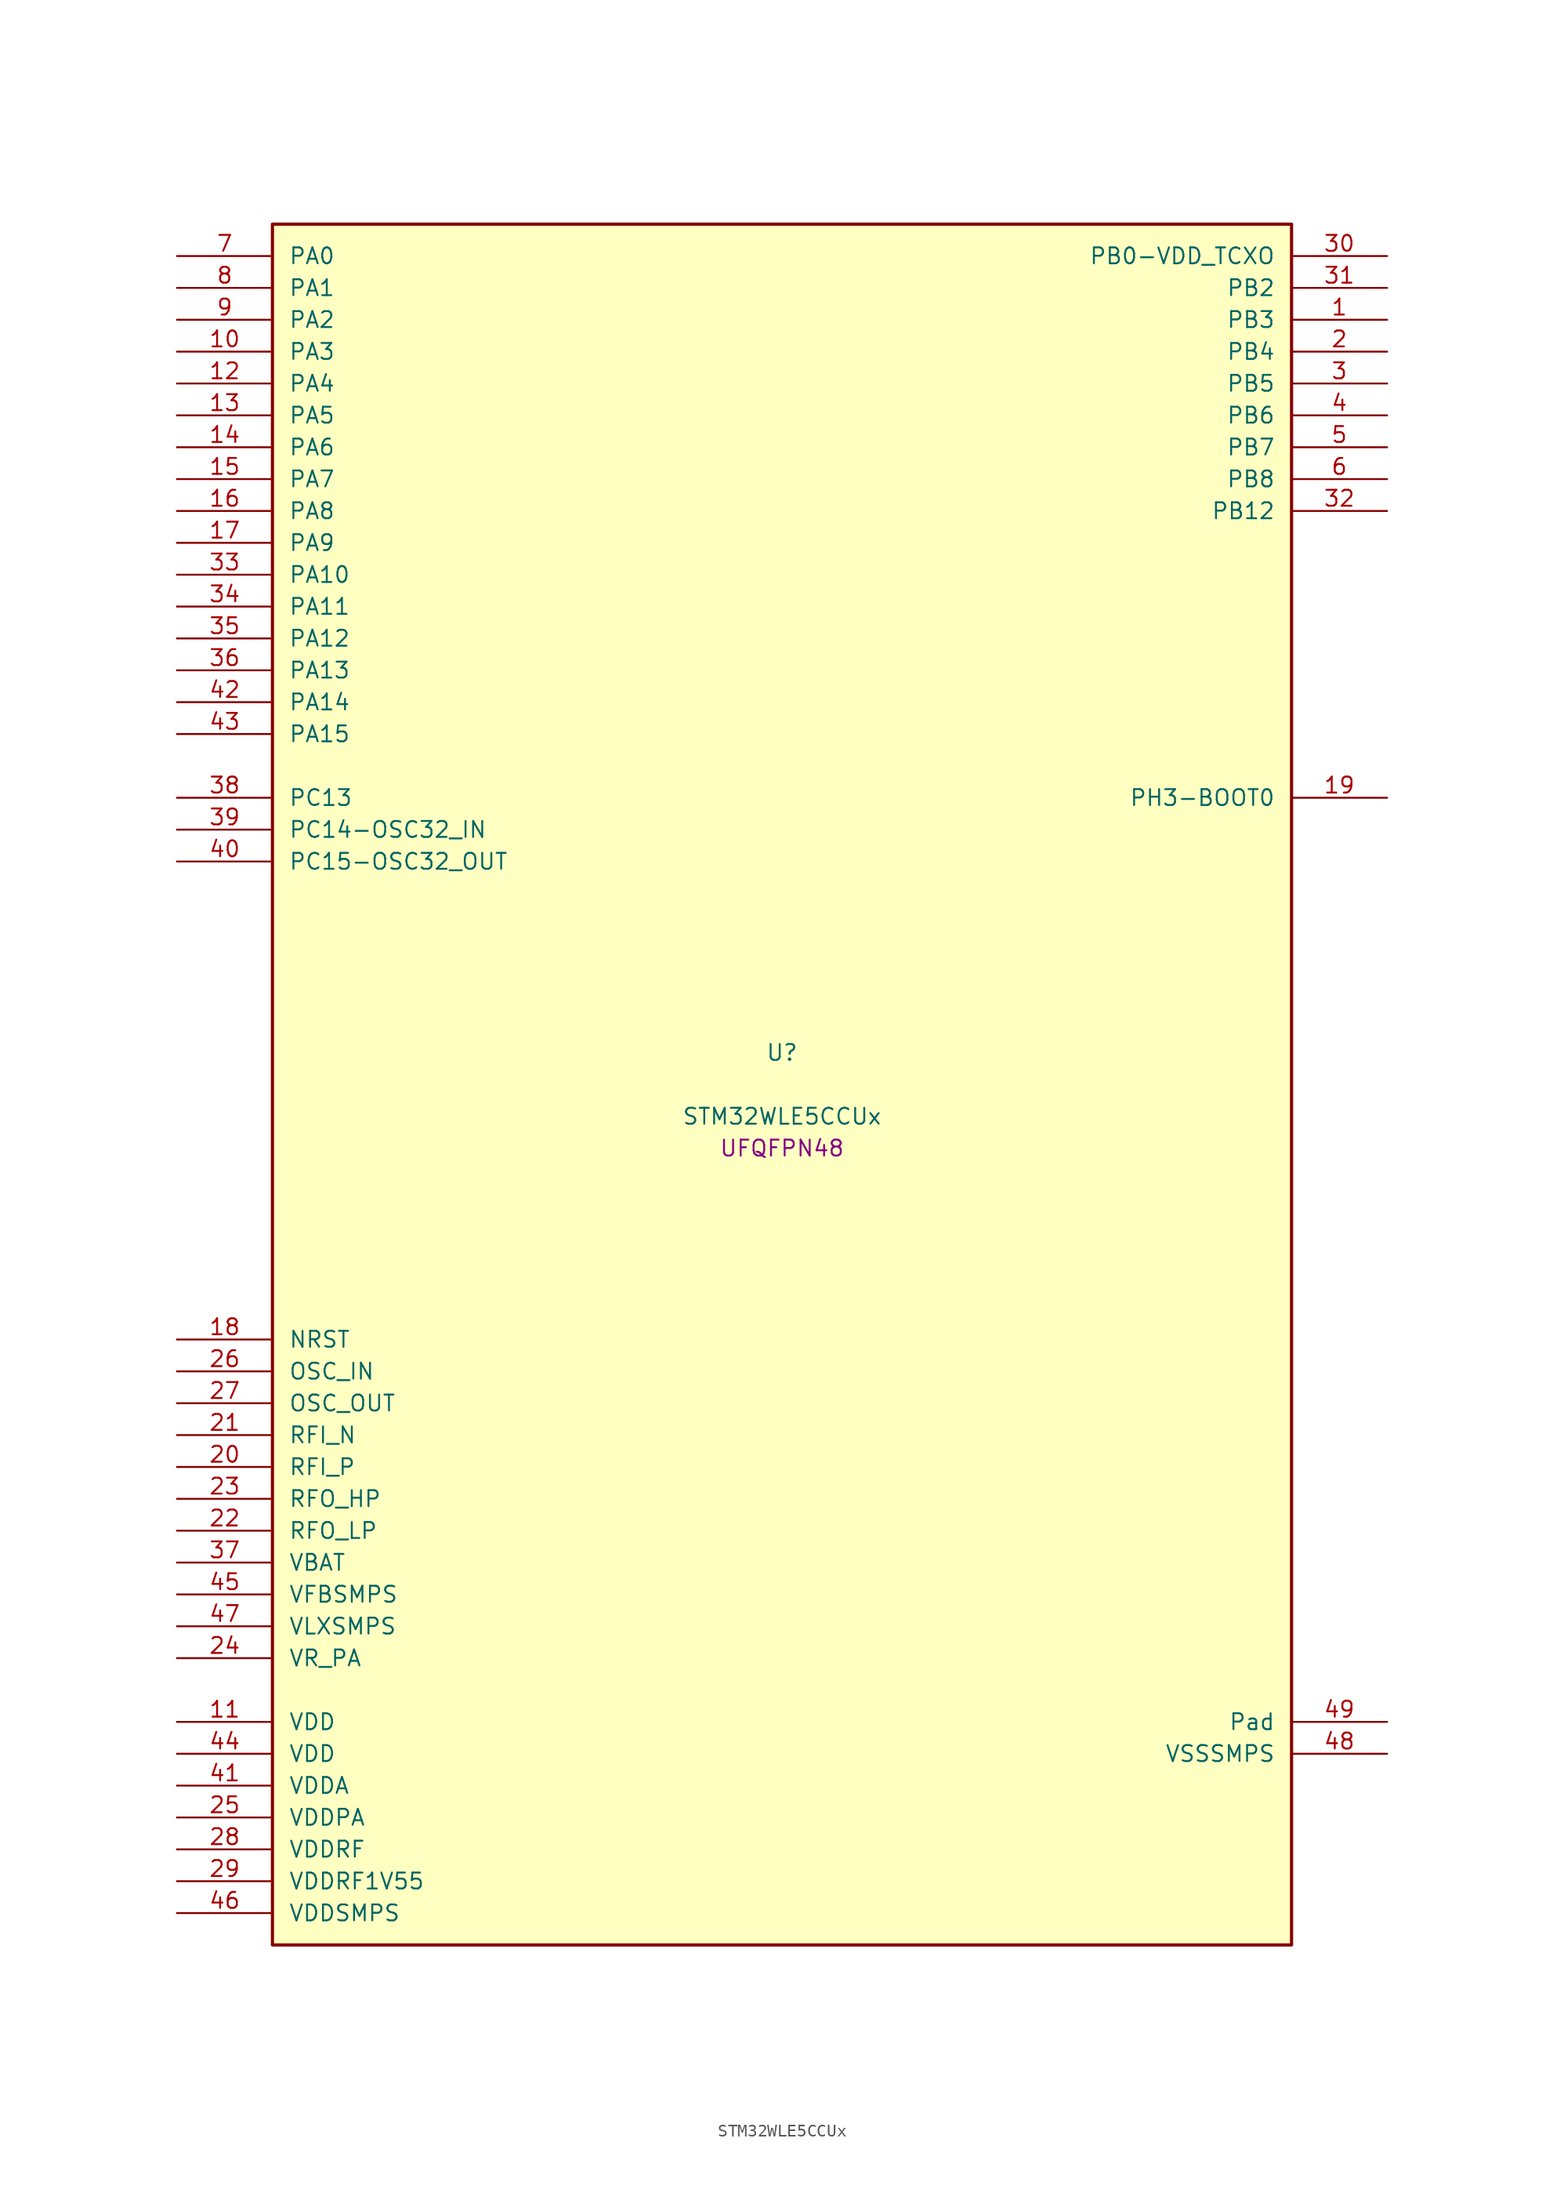
<source format=kicad_sym>
(kicad_symbol_lib
  (version 20241209)
  (generator "stm32_pkl_generator")
  (generator_version "1.0")
  (symbol "STM32WLE5CCUx"
    (pin_names
      (offset 1.27))
    (property "Reference" "U"
      (at 0 2.54 0))
    (property "Value" "STM32WLE5CCUx"
      (at 0 -2.54 0))
    (property "Footprint" "UFQFPN48"
      (at 0 -5.08 0))
    (symbol "STM32WLE5CCUx_1_1"
      (rectangle (start -40.64 68.58) (end 40.64 -68.58) (stroke (width 0.254) (type solid)) (fill (type background)))
      (pin bidirectional line (at -48.26 66.04 0) (length 7.62) (name "PA0") (number "7") (alternate "PA0/COMP1_OUT" bidirectional line) (alternate "PA0/DEBUG_PWR-REGLP1S" bidirectional line) (alternate "PA0/I2C3_SMBA" bidirectional line) (alternate "PA0/I2S_CKIN" bidirectional line) (alternate "PA0/PWR_WKUP1" bidirectional line) (alternate "PA0/RTC_TAMP_IN2" bidirectional line) (alternate "PA0/TIM2_CH1" bidirectional line) (alternate "PA0/TIM2_ETR" bidirectional line) (alternate "PA0/USART2_CTS" bidirectional line) (alternate "PA0/USART2_NSS" bidirectional line))
      (pin bidirectional line (at -48.26 63.5 0) (length 7.62) (name "PA1") (number "8") (alternate "PA1/DEBUG_PWR-REGLP2S" bidirectional line) (alternate "PA1/I2C1_SMBA" bidirectional line) (alternate "PA1/LPTIM3_OUT" bidirectional line) (alternate "PA1/LPUART1_RTS" bidirectional line) (alternate "PA1/SPI1_SCK" bidirectional line) (alternate "PA1/TIM2_CH2" bidirectional line) (alternate "PA1/USART2_DE" bidirectional line) (alternate "PA1/USART2_RTS" bidirectional line))
      (pin bidirectional line (at -48.26 60.96 0) (length 7.62) (name "PA2") (number "9") (alternate "PA2/COMP2_OUT" bidirectional line) (alternate "PA2/DEBUG_PWR-LDORDY" bidirectional line) (alternate "PA2/LPUART1_TX" bidirectional line) (alternate "PA2/RCC_LSCO" bidirectional line) (alternate "PA2/TIM2_CH3" bidirectional line) (alternate "PA2/USART2_TX" bidirectional line))
      (pin bidirectional line (at -48.26 58.42 0) (length 7.62) (name "PA3") (number "10") (alternate "PA3/I2S2_MCK" bidirectional line) (alternate "PA3/LPUART1_RX" bidirectional line) (alternate "PA3/TIM2_CH4" bidirectional line) (alternate "PA3/USART2_RX" bidirectional line))
      (pin bidirectional line (at -48.26 55.88 0) (length 7.62) (name "PA4") (number "12") (alternate "PA4/DEBUG_SUBGHZSPI-NSSOUT" bidirectional line) (alternate "PA4/LPTIM1_OUT" bidirectional line) (alternate "PA4/LPTIM2_OUT" bidirectional line) (alternate "PA4/RTC_OUT2" bidirectional line) (alternate "PA4/SPI1_NSS" bidirectional line) (alternate "PA4/USART2_CK" bidirectional line))
      (pin bidirectional line (at -48.26 53.34 0) (length 7.62) (name "PA5") (number "13") (alternate "PA5/DEBUG_SUBGHZSPI-SCKOUT" bidirectional line) (alternate "PA5/LPTIM2_ETR" bidirectional line) (alternate "PA5/SPI1_SCK" bidirectional line) (alternate "PA5/SPI2_MISO" bidirectional line) (alternate "PA5/TIM2_CH1" bidirectional line) (alternate "PA5/TIM2_ETR" bidirectional line))
      (pin bidirectional line (at -48.26 50.8 0) (length 7.62) (name "PA6") (number "14") (alternate "PA6/DEBUG_SUBGHZSPI-MISOOUT" bidirectional line) (alternate "PA6/I2C2_SMBA" bidirectional line) (alternate "PA6/LPUART1_CTS" bidirectional line) (alternate "PA6/SPI1_MISO" bidirectional line) (alternate "PA6/TIM16_CH1" bidirectional line) (alternate "PA6/TIM1_BKIN" bidirectional line))
      (pin bidirectional line (at -48.26 48.26 0) (length 7.62) (name "PA7") (number "15") (alternate "PA7/COMP2_OUT" bidirectional line) (alternate "PA7/DEBUG_SUBGHZSPI-MOSIOUT" bidirectional line) (alternate "PA7/I2C3_SCL" bidirectional line) (alternate "PA7/SPI1_MOSI" bidirectional line) (alternate "PA7/TIM17_CH1" bidirectional line) (alternate "PA7/TIM1_CH1N" bidirectional line))
      (pin bidirectional line (at -48.26 45.72 0) (length 7.62) (name "PA8") (number "16") (alternate "PA8/I2S2_CK" bidirectional line) (alternate "PA8/LPTIM2_OUT" bidirectional line) (alternate "PA8/RCC_MCO" bidirectional line) (alternate "PA8/SPI2_SCK" bidirectional line) (alternate "PA8/TIM1_CH1" bidirectional line) (alternate "PA8/USART1_CK" bidirectional line))
      (pin bidirectional line (at -48.26 43.18 0) (length 7.62) (name "PA9") (number "17") (alternate "PA9/DAC_EXTI9" bidirectional line) (alternate "PA9/I2C1_SCL" bidirectional line) (alternate "PA9/I2S2_CK" bidirectional line) (alternate "PA9/I2S2_WS" bidirectional line) (alternate "PA9/SPI2_NSS" bidirectional line) (alternate "PA9/SPI2_SCK" bidirectional line) (alternate "PA9/TIM1_CH2" bidirectional line) (alternate "PA9/USART1_TX" bidirectional line))
      (pin bidirectional line (at -48.26 40.64 0) (length 7.62) (name "PA10") (number "33") (alternate "PA10/ADC_IN6" bidirectional line) (alternate "PA10/COMP1_INM" bidirectional line) (alternate "PA10/COMP2_INM" bidirectional line) (alternate "PA10/DAC_OUT1" bidirectional line) (alternate "PA10/DEBUG_RF-HSE32RDY" bidirectional line) (alternate "PA10/I2C1_SDA" bidirectional line) (alternate "PA10/I2S2_SD" bidirectional line) (alternate "PA10/RTC_REFIN" bidirectional line) (alternate "PA10/SPI2_MOSI" bidirectional line) (alternate "PA10/TIM17_BKIN" bidirectional line) (alternate "PA10/TIM1_CH3" bidirectional line) (alternate "PA10/USART1_RX" bidirectional line))
      (pin bidirectional line (at -48.26 38.1 0) (length 7.62) (name "PA11") (number "34") (alternate "PA11/ADC_EXTI11" bidirectional line) (alternate "PA11/ADC_IN7" bidirectional line) (alternate "PA11/COMP1_INM" bidirectional line) (alternate "PA11/COMP2_INM" bidirectional line) (alternate "PA11/DEBUG_RF-NRESET" bidirectional line) (alternate "PA11/I2C2_SDA" bidirectional line) (alternate "PA11/LPTIM3_ETR" bidirectional line) (alternate "PA11/SPI1_MISO" bidirectional line) (alternate "PA11/TIM1_BKIN2" bidirectional line) (alternate "PA11/TIM1_CH4" bidirectional line) (alternate "PA11/USART1_CTS" bidirectional line) (alternate "PA11/USART1_NSS" bidirectional line))
      (pin bidirectional line (at -48.26 35.56 0) (length 7.62) (name "PA12") (number "35") (alternate "PA12/ADC_IN8" bidirectional line) (alternate "PA12/DEBUG_RF-BUSY" bidirectional line) (alternate "PA12/I2C2_SCL" bidirectional line) (alternate "PA12/LPTIM3_IN1" bidirectional line) (alternate "PA12/SPI1_MOSI" bidirectional line) (alternate "PA12/TIM1_ETR" bidirectional line) (alternate "PA12/USART1_DE" bidirectional line) (alternate "PA12/USART1_RTS" bidirectional line))
      (pin bidirectional line (at -48.26 33.02 0) (length 7.62) (name "PA13") (number "36") (alternate "PA13/ADC_IN9" bidirectional line) (alternate "PA13/DEBUG_JTMS-SWDIO" bidirectional line) (alternate "PA13/I2C2_SMBA" bidirectional line) (alternate "PA13/IR_OUT" bidirectional line))
      (pin bidirectional line (at -48.26 30.48 0) (length 7.62) (name "PA14") (number "42") (alternate "PA14/ADC_IN10" bidirectional line) (alternate "PA14/DEBUG_JTCK-SWCLK" bidirectional line) (alternate "PA14/I2C1_SMBA" bidirectional line) (alternate "PA14/LPTIM1_OUT" bidirectional line))
      (pin bidirectional line (at -48.26 27.94 0) (length 7.62) (name "PA15") (number "43") (alternate "PA15/ADC_IN11" bidirectional line) (alternate "PA15/COMP1_INM" bidirectional line) (alternate "PA15/COMP2_INP" bidirectional line) (alternate "PA15/DEBUG_JTDI" bidirectional line) (alternate "PA15/I2C2_SDA" bidirectional line) (alternate "PA15/SPI1_NSS" bidirectional line) (alternate "PA15/TIM2_CH1" bidirectional line) (alternate "PA15/TIM2_ETR" bidirectional line))
      (pin bidirectional line (at 48.26 66.04 180) (length 7.62) (name "PB0-VDD_TCXO") (number "30") (alternate "PB0-VDD_TCXO/COMP1_OUT" bidirectional line) (alternate "PB0-VDD_TCXO/VDDTCXO" bidirectional line))
      (pin bidirectional line (at 48.26 63.5 180) (length 7.62) (name "PB2") (number "31") (alternate "PB2/ADC_IN4" bidirectional line) (alternate "PB2/COMP1_INP" bidirectional line) (alternate "PB2/COMP2_INM" bidirectional line) (alternate "PB2/DEBUG_RF-SMPSRDY" bidirectional line) (alternate "PB2/I2C3_SMBA" bidirectional line) (alternate "PB2/LPTIM1_OUT" bidirectional line) (alternate "PB2/SPI1_NSS" bidirectional line))
      (pin bidirectional line (at 48.26 60.96 180) (length 7.62) (name "PB3") (number "1") (alternate "PB3/ADC_IN2" bidirectional line) (alternate "PB3/COMP1_INM" bidirectional line) (alternate "PB3/COMP2_INM" bidirectional line) (alternate "PB3/DEBUG_JTDO-SWO" bidirectional line) (alternate "PB3/DEBUG_RF-DTB1" bidirectional line) (alternate "PB3/PWR_WKUP3" bidirectional line) (alternate "PB3/RTC_TAMP_IN3" bidirectional line) (alternate "PB3/SPI1_SCK" bidirectional line) (alternate "PB3/TIM2_CH2" bidirectional line) (alternate "PB3/USART1_DE" bidirectional line) (alternate "PB3/USART1_RTS" bidirectional line))
      (pin bidirectional line (at 48.26 58.42 180) (length 7.62) (name "PB4") (number "2") (alternate "PB4/ADC_IN3" bidirectional line) (alternate "PB4/COMP1_INP" bidirectional line) (alternate "PB4/COMP2_INP" bidirectional line) (alternate "PB4/DEBUG_JTRST" bidirectional line) (alternate "PB4/DEBUG_RF-LDORDY" bidirectional line) (alternate "PB4/I2C3_SDA" bidirectional line) (alternate "PB4/SPI1_MISO" bidirectional line) (alternate "PB4/TIM17_BKIN" bidirectional line) (alternate "PB4/USART1_CTS" bidirectional line) (alternate "PB4/USART1_NSS" bidirectional line))
      (pin bidirectional line (at 48.26 55.88 180) (length 7.62) (name "PB5") (number "3") (alternate "PB5/COMP2_OUT" bidirectional line) (alternate "PB5/I2C1_SMBA" bidirectional line) (alternate "PB5/LPTIM1_IN1" bidirectional line) (alternate "PB5/SPI1_MOSI" bidirectional line) (alternate "PB5/TIM16_BKIN" bidirectional line) (alternate "PB5/USART1_CK" bidirectional line))
      (pin bidirectional line (at 48.26 53.34 180) (length 7.62) (name "PB6") (number "4") (alternate "PB6/I2C1_SCL" bidirectional line) (alternate "PB6/LPTIM1_ETR" bidirectional line) (alternate "PB6/TIM16_CH1N" bidirectional line) (alternate "PB6/USART1_TX" bidirectional line))
      (pin bidirectional line (at 48.26 50.8 180) (length 7.62) (name "PB7") (number "5") (alternate "PB7/I2C1_SDA" bidirectional line) (alternate "PB7/LPTIM1_IN2" bidirectional line) (alternate "PB7/PWR_PVD_IN" bidirectional line) (alternate "PB7/TIM17_CH1N" bidirectional line) (alternate "PB7/TIM1_BKIN" bidirectional line) (alternate "PB7/USART1_RX" bidirectional line))
      (pin bidirectional line (at 48.26 48.26 180) (length 7.62) (name "PB8") (number "6") (alternate "PB8/I2C1_SCL" bidirectional line) (alternate "PB8/TIM16_CH1" bidirectional line) (alternate "PB8/TIM1_CH2N" bidirectional line))
      (pin bidirectional line (at 48.26 45.72 180) (length 7.62) (name "PB12") (number "32") (alternate "PB12/I2C3_SMBA" bidirectional line) (alternate "PB12/I2S2_WS" bidirectional line) (alternate "PB12/LPUART1_RTS" bidirectional line) (alternate "PB12/SPI2_NSS" bidirectional line) (alternate "PB12/TIM1_BKIN" bidirectional line))
      (pin bidirectional line (at -48.26 22.86 0) (length 7.62) (name "PC13") (number "38") (alternate "PC13/PWR_WKUP2" bidirectional line) (alternate "PC13/RTC_OUT1" bidirectional line) (alternate "PC13/RTC_TAMP_IN1" bidirectional line) (alternate "PC13/RTC_TS" bidirectional line))
      (pin bidirectional line (at -48.26 20.32 0) (length 7.62) (name "PC14-OSC32_IN") (number "39") (alternate "PC14-OSC32_IN/RCC_OSC32_IN" bidirectional line))
      (pin bidirectional line (at -48.26 17.78 0) (length 7.62) (name "PC15-OSC32_OUT") (number "40") (alternate "PC15-OSC32_OUT/RCC_OSC32_OUT" bidirectional line))
      (pin bidirectional line (at 48.26 22.86 180) (length 7.62) (name "PH3-BOOT0") (number "19"))
      (pin input line (at -48.26 -20.32 0) (length 7.62) (name "NRST") (number "18"))
      (pin bidirectional line (at -48.26 -22.86 0) (length 7.62) (name "OSC_IN") (number "26") (alternate "OSC_IN/RCC_OSC_IN" bidirectional line))
      (pin bidirectional line (at -48.26 -25.4 0) (length 7.62) (name "OSC_OUT") (number "27") (alternate "OSC_OUT/RCC_OSC_OUT" bidirectional line))
      (pin bidirectional line (at -48.26 -27.94 0) (length 7.62) (name "RFI_N") (number "21"))
      (pin bidirectional line (at -48.26 -30.48 0) (length 7.62) (name "RFI_P") (number "20"))
      (pin bidirectional line (at -48.26 -33.02 0) (length 7.62) (name "RFO_HP") (number "23"))
      (pin bidirectional line (at -48.26 -35.56 0) (length 7.62) (name "RFO_LP") (number "22"))
      (pin power_in line (at -48.26 -38.1 0) (length 7.62) (name "VBAT") (number "37"))
      (pin power_in line (at -48.26 -40.64 0) (length 7.62) (name "VFBSMPS") (number "45"))
      (pin power_in line (at -48.26 -43.18 0) (length 7.62) (name "VLXSMPS") (number "47"))
      (pin power_in line (at -48.26 -45.72 0) (length 7.62) (name "VR_PA") (number "24"))
      (pin power_in line (at -48.26 -50.8 0) (length 7.62) (name "VDD") (number "11"))
      (pin power_in line (at -48.26 -53.34 0) (length 7.62) (name "VDD") (number "44"))
      (pin power_in line (at -48.26 -55.88 0) (length 7.62) (name "VDDA") (number "41"))
      (pin power_in line (at -48.26 -58.42 0) (length 7.62) (name "VDDPA") (number "25"))
      (pin power_in line (at -48.26 -60.96 0) (length 7.62) (name "VDDRF") (number "28"))
      (pin power_in line (at -48.26 -63.5 0) (length 7.62) (name "VDDRF1V55") (number "29"))
      (pin power_in line (at -48.26 -66.04 0) (length 7.62) (name "VDDSMPS") (number "46"))
      (pin passive line (at 48.26 -50.8 180) (length 7.62) (name "Pad") (number "49"))
      (pin power_in line (at 48.26 -53.34 180) (length 7.62) (name "VSSSMPS") (number "48")))))
</source>
